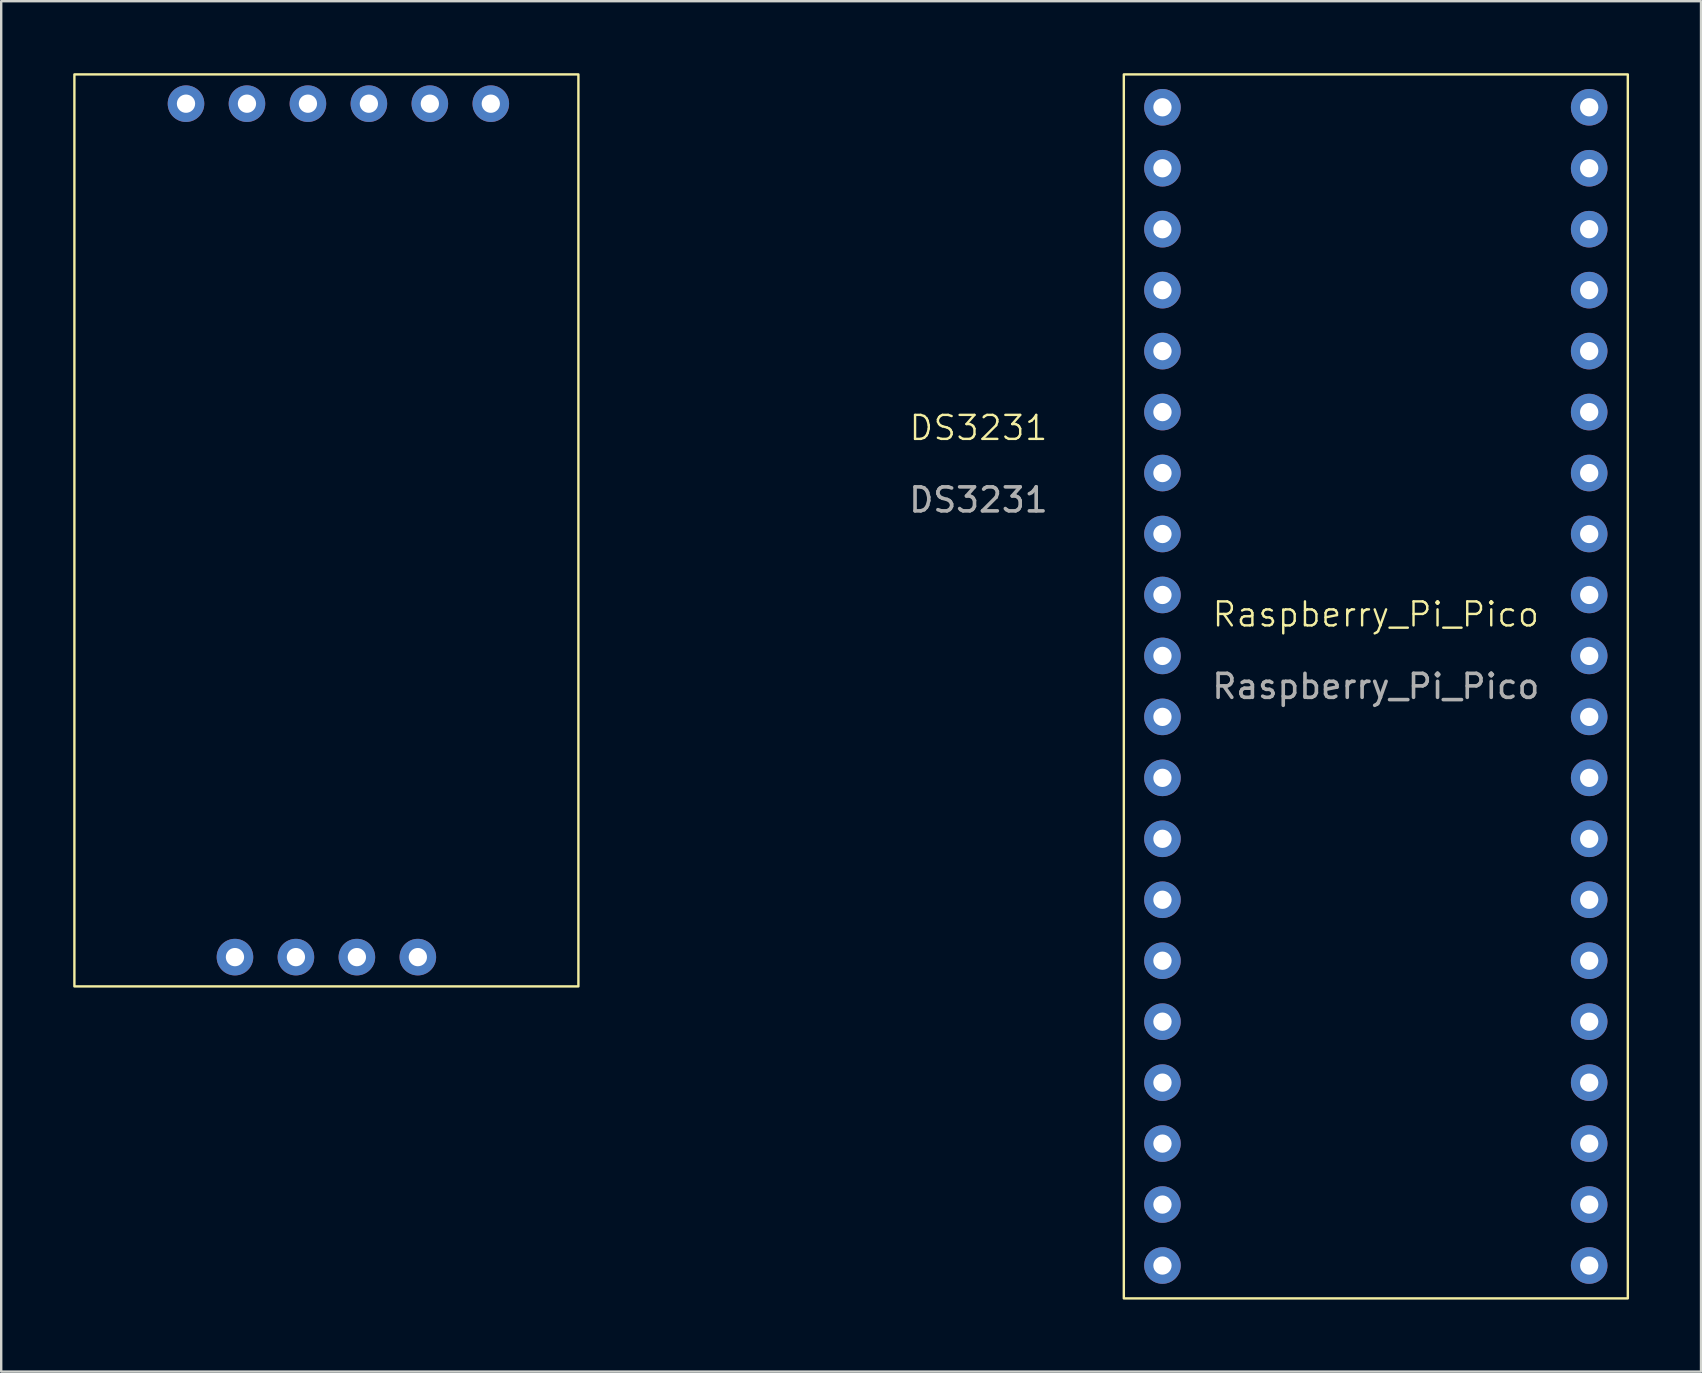
<source format=kicad_pcb>
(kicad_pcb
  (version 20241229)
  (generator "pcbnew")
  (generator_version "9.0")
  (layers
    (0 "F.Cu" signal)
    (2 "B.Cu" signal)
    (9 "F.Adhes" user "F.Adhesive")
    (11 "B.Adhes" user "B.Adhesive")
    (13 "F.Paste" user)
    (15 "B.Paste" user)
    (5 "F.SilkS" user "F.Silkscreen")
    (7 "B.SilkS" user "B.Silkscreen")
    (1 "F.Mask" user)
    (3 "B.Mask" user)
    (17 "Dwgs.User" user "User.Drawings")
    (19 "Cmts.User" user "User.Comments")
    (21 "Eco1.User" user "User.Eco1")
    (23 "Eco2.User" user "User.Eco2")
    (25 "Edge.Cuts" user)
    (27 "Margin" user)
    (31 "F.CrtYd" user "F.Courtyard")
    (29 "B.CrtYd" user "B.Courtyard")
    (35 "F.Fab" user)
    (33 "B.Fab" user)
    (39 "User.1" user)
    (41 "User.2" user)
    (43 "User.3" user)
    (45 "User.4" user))
  (footprint "Raspberry_Pi_Pico"
    (layer "F.Cu")
    (at 54.276 25.55)
    (property "Reference" "Raspberry_Pi_Pico" (at 0 -3 0) (unlocked yes) (layer "F.SilkS") (effects (font (size 1 1) (thickness 0.1))))
    (attr through_hole)
    (fp_rect (start -10.5 -25.5) (end 10.5 25.5) (stroke (width 0.1) (type default)) (fill no) (layer "F.SilkS"))
    (fp_text user "${REFERENCE}" (at 0 0 0) (unlocked yes) (layer "F.Fab") (effects (font (size 1 1) (thickness 0.15))))
    (pad "1" thru_hole circle (at -8.89 -24.13) (size 1.524 1.524) (drill 0.762) (layers "*.Cu" "*.Mask"))
    (pad "2" thru_hole circle (at -8.89 -21.59) (size 1.524 1.524) (drill 0.762) (layers "*.Cu" "*.Mask"))
    (pad "3" thru_hole circle (at -8.89 -19.05) (size 1.524 1.524) (drill 0.762) (layers "*.Cu" "*.Mask"))
    (pad "4" thru_hole circle (at -8.89 -16.51) (size 1.524 1.524) (drill 0.762) (layers "*.Cu" "*.Mask"))
    (pad "5" thru_hole circle (at -8.89 -13.97) (size 1.524 1.524) (drill 0.762) (layers "*.Cu" "*.Mask"))
    (pad "6" thru_hole circle (at -8.89 -11.43) (size 1.524 1.524) (drill 0.762) (layers "*.Cu" "*.Mask"))
    (pad "7" thru_hole circle (at -8.89 -8.89) (size 1.524 1.524) (drill 0.762) (layers "*.Cu" "*.Mask"))
    (pad "8" thru_hole circle (at -8.89 -6.35) (size 1.524 1.524) (drill 0.762) (layers "*.Cu" "*.Mask"))
    (pad "9" thru_hole circle (at -8.89 -3.81) (size 1.524 1.524) (drill 0.762) (layers "*.Cu" "*.Mask"))
    (pad "10" thru_hole circle (at -8.89 -1.27) (size 1.524 1.524) (drill 0.762) (layers "*.Cu" "*.Mask"))
    (pad "11" thru_hole circle (at -8.89 1.27) (size 1.524 1.524) (drill 0.762) (layers "*.Cu" "*.Mask"))
    (pad "12" thru_hole circle (at -8.89 3.81) (size 1.524 1.524) (drill 0.762) (layers "*.Cu" "*.Mask"))
    (pad "13" thru_hole circle (at -8.89 6.35) (size 1.524 1.524) (drill 0.762) (layers "*.Cu" "*.Mask"))
    (pad "14" thru_hole circle (at -8.89 8.89) (size 1.524 1.524) (drill 0.762) (layers "*.Cu" "*.Mask"))
    (pad "15" thru_hole circle (at -8.89 11.43) (size 1.524 1.524) (drill 0.762) (layers "*.Cu" "*.Mask"))
    (pad "16" thru_hole circle (at -8.89 13.97) (size 1.524 1.524) (drill 0.762) (layers "*.Cu" "*.Mask"))
    (pad "17" thru_hole circle (at -8.89 16.51) (size 1.524 1.524) (drill 0.762) (layers "*.Cu" "*.Mask"))
    (pad "18" thru_hole circle (at -8.89 19.05) (size 1.524 1.524) (drill 0.762) (layers "*.Cu" "*.Mask"))
    (pad "19" thru_hole circle (at -8.89 21.59) (size 1.524 1.524) (drill 0.762) (layers "*.Cu" "*.Mask"))
    (pad "20" thru_hole circle (at -8.89 24.13) (size 1.524 1.524) (drill 0.762) (layers "*.Cu" "*.Mask"))
    (pad "21" thru_hole circle (at 8.89 24.13) (size 1.524 1.524) (drill 0.762) (layers "*.Cu" "*.Mask"))
    (pad "22" thru_hole circle (at 8.89 21.59) (size 1.524 1.524) (drill 0.762) (layers "*.Cu" "*.Mask"))
    (pad "23" thru_hole circle (at 8.89 19.05) (size 1.524 1.524) (drill 0.762) (layers "*.Cu" "*.Mask"))
    (pad "24" thru_hole circle (at 8.89 16.51) (size 1.524 1.524) (drill 0.762) (layers "*.Cu" "*.Mask"))
    (pad "25" thru_hole circle (at 8.89 13.97) (size 1.524 1.524) (drill 0.762) (layers "*.Cu" "*.Mask"))
    (pad "26" thru_hole circle (at 8.89 11.43) (size 1.524 1.524) (drill 0.762) (layers "*.Cu" "*.Mask"))
    (pad "27" thru_hole circle (at 8.89 8.89) (size 1.524 1.524) (drill 0.762) (layers "*.Cu" "*.Mask"))
    (pad "28" thru_hole circle (at 8.89 6.35) (size 1.524 1.524) (drill 0.762) (layers "*.Cu" "*.Mask"))
    (pad "29" thru_hole circle (at 8.89 3.81) (size 1.524 1.524) (drill 0.762) (layers "*.Cu" "*.Mask"))
    (pad "30" thru_hole circle (at 8.89 1.27) (size 1.524 1.524) (drill 0.762) (layers "*.Cu" "*.Mask"))
    (pad "31" thru_hole circle (at 8.89 -1.27) (size 1.524 1.524) (drill 0.762) (layers "*.Cu" "*.Mask"))
    (pad "32" thru_hole circle (at 8.89 -3.81) (size 1.524 1.524) (drill 0.762) (layers "*.Cu" "*.Mask"))
    (pad "33" thru_hole circle (at 8.89 -6.35) (size 1.524 1.524) (drill 0.762) (layers "*.Cu" "*.Mask"))
    (pad "34" thru_hole circle (at 8.89 -8.89) (size 1.524 1.524) (drill 0.762) (layers "*.Cu" "*.Mask"))
    (pad "35" thru_hole circle (at 8.89 -11.43) (size 1.524 1.524) (drill 0.762) (layers "*.Cu" "*.Mask"))
    (pad "36" thru_hole circle (at 8.89 -13.97) (size 1.524 1.524) (drill 0.762) (layers "*.Cu" "*.Mask"))
    (pad "37" thru_hole circle (at 8.89 -16.51) (size 1.524 1.524) (drill 0.762) (layers "*.Cu" "*.Mask"))
    (pad "38" thru_hole circle (at 8.89 -19.05) (size 1.524 1.524) (drill 0.762) (layers "*.Cu" "*.Mask"))
    (pad "39" thru_hole circle (at 8.89 -21.59) (size 1.524 1.524) (drill 0.762) (layers "*.Cu" "*.Mask"))
    (pad "40" thru_hole circle (at 8.89 -24.13) (size 1.524 1.524) (drill 0.762) (layers "*.Cu" "*.Mask")))
  (footprint "DS3231"
    (layer "F.Cu")
    (at 10.55 19.05)
    (property "Reference" "DS3231" (at 27.17 -4.27 0) (unlocked yes) (layer "F.SilkS") (effects (font (size 1 1) (thickness 0.1))))
    (attr through_hole)
    (fp_rect (start -10.5 -19) (end 10.5 19) (stroke (width 0.1) (type default)) (fill no) (layer "F.SilkS"))
    (fp_text user "${REFERENCE}" (at 27.17 -1.27 0) (unlocked yes) (layer "F.Fab") (effects (font (size 1 1) (thickness 0.15))))
    (pad "1" thru_hole circle (at -5.85 -17.78 90) (size 1.524 1.524) (drill 0.762) (layers "*.Cu" "*.Mask"))
    (pad "2" thru_hole circle (at -3.31 -17.78 90) (size 1.524 1.524) (drill 0.762) (layers "*.Cu" "*.Mask"))
    (pad "3" thru_hole circle (at -3.81 17.78 90) (size 1.524 1.524) (drill 0.762) (layers "*.Cu" "*.Mask"))
    (pad "3" thru_hole circle (at -0.77 -17.78 90) (size 1.524 1.524) (drill 0.762) (layers "*.Cu" "*.Mask"))
    (pad "4" thru_hole circle (at -1.27 17.78 90) (size 1.524 1.524) (drill 0.762) (layers "*.Cu" "*.Mask"))
    (pad "4" thru_hole circle (at 1.77 -17.78 90) (size 1.524 1.524) (drill 0.762) (layers "*.Cu" "*.Mask"))
    (pad "5" thru_hole circle (at 1.27 17.78 90) (size 1.524 1.524) (drill 0.762) (layers "*.Cu" "*.Mask"))
    (pad "5" thru_hole circle (at 4.31 -17.78 90) (size 1.524 1.524) (drill 0.762) (layers "*.Cu" "*.Mask"))
    (pad "6" thru_hole circle (at 3.81 17.78 90) (size 1.524 1.524) (drill 0.762) (layers "*.Cu" "*.Mask"))
    (pad "6" thru_hole circle (at 6.85 -17.78 90) (size 1.524 1.524) (drill 0.762) (layers "*.Cu" "*.Mask")))
  (gr_rect
    (start -3 -3)
    (end 67.826 54.1)
    (stroke (width 0.1) (type default))
    (fill no)
    (layer "Edge.Cuts")))
</source>
